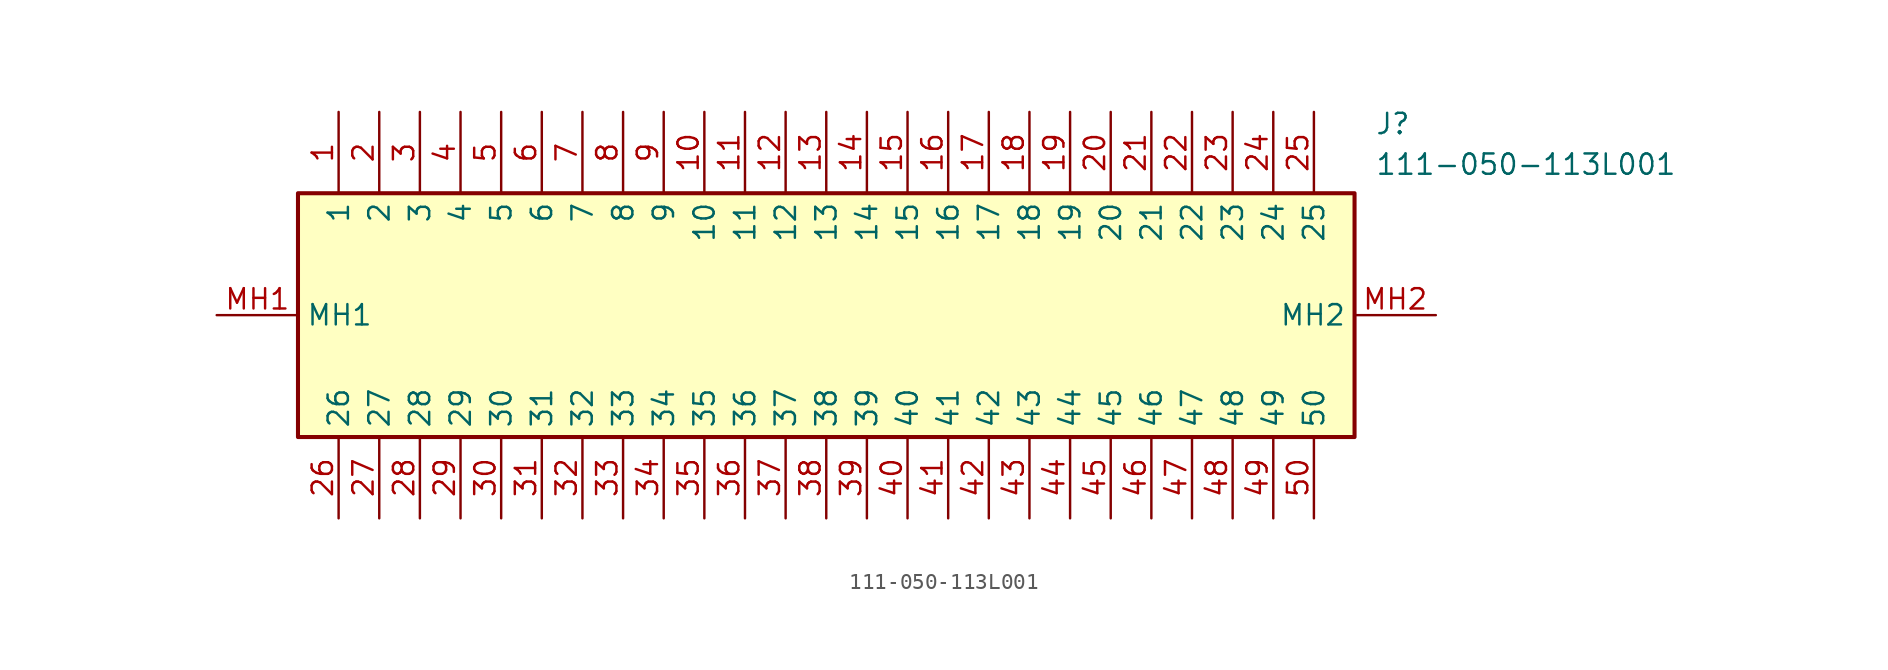
<source format=kicad_sym>
(kicad_symbol_lib
  (version 20211014)
  (generator SamacSys_ECAD_Model)
  (symbol "111-050-113L001"
    (property "Reference" "J"
      (at 72.39 12.7 0)
      (effects (font (size 1.27 1.27)) (justify left top)))
    (property "Value" "111-050-113L001"
      (at 72.39 10.16 0)
      (effects (font (size 1.27 1.27)) (justify left top)))
    (rectangle
      (start 5.08 7.62)
      (end 71.12 -7.62)
      (stroke (width 0.254) (type default))
      (fill (type background)))
    (pin passive line
      (at 7.62 12.7 270)
      (length 5.08)
      (name "1" (effects (font (size 1.27 1.27))))
      (number "1" (effects (font (size 1.27 1.27)))))
    (pin passive line
      (at 10.16 12.7 270)
      (length 5.08)
      (name "2" (effects (font (size 1.27 1.27))))
      (number "2" (effects (font (size 1.27 1.27)))))
    (pin passive line
      (at 12.7 12.7 270)
      (length 5.08)
      (name "3" (effects (font (size 1.27 1.27))))
      (number "3" (effects (font (size 1.27 1.27)))))
    (pin passive line
      (at 15.24 12.7 270)
      (length 5.08)
      (name "4" (effects (font (size 1.27 1.27))))
      (number "4" (effects (font (size 1.27 1.27)))))
    (pin passive line
      (at 17.78 12.7 270)
      (length 5.08)
      (name "5" (effects (font (size 1.27 1.27))))
      (number "5" (effects (font (size 1.27 1.27)))))
    (pin passive line
      (at 20.32 12.7 270)
      (length 5.08)
      (name "6" (effects (font (size 1.27 1.27))))
      (number "6" (effects (font (size 1.27 1.27)))))
    (pin passive line
      (at 22.86 12.7 270)
      (length 5.08)
      (name "7" (effects (font (size 1.27 1.27))))
      (number "7" (effects (font (size 1.27 1.27)))))
    (pin passive line
      (at 25.4 12.7 270)
      (length 5.08)
      (name "8" (effects (font (size 1.27 1.27))))
      (number "8" (effects (font (size 1.27 1.27)))))
    (pin passive line
      (at 27.94 12.7 270)
      (length 5.08)
      (name "9" (effects (font (size 1.27 1.27))))
      (number "9" (effects (font (size 1.27 1.27)))))
    (pin passive line
      (at 30.48 12.7 270)
      (length 5.08)
      (name "10" (effects (font (size 1.27 1.27))))
      (number "10" (effects (font (size 1.27 1.27)))))
    (pin passive line
      (at 33.02 12.7 270)
      (length 5.08)
      (name "11" (effects (font (size 1.27 1.27))))
      (number "11" (effects (font (size 1.27 1.27)))))
    (pin passive line
      (at 35.56 12.7 270)
      (length 5.08)
      (name "12" (effects (font (size 1.27 1.27))))
      (number "12" (effects (font (size 1.27 1.27)))))
    (pin passive line
      (at 38.1 12.7 270)
      (length 5.08)
      (name "13" (effects (font (size 1.27 1.27))))
      (number "13" (effects (font (size 1.27 1.27)))))
    (pin passive line
      (at 40.64 12.7 270)
      (length 5.08)
      (name "14" (effects (font (size 1.27 1.27))))
      (number "14" (effects (font (size 1.27 1.27)))))
    (pin passive line
      (at 43.18 12.7 270)
      (length 5.08)
      (name "15" (effects (font (size 1.27 1.27))))
      (number "15" (effects (font (size 1.27 1.27)))))
    (pin passive line
      (at 45.72 12.7 270)
      (length 5.08)
      (name "16" (effects (font (size 1.27 1.27))))
      (number "16" (effects (font (size 1.27 1.27)))))
    (pin passive line
      (at 48.26 12.7 270)
      (length 5.08)
      (name "17" (effects (font (size 1.27 1.27))))
      (number "17" (effects (font (size 1.27 1.27)))))
    (pin passive line
      (at 50.8 12.7 270)
      (length 5.08)
      (name "18" (effects (font (size 1.27 1.27))))
      (number "18" (effects (font (size 1.27 1.27)))))
    (pin passive line
      (at 53.34 12.7 270)
      (length 5.08)
      (name "19" (effects (font (size 1.27 1.27))))
      (number "19" (effects (font (size 1.27 1.27)))))
    (pin passive line
      (at 55.88 12.7 270)
      (length 5.08)
      (name "20" (effects (font (size 1.27 1.27))))
      (number "20" (effects (font (size 1.27 1.27)))))
    (pin passive line
      (at 58.42 12.7 270)
      (length 5.08)
      (name "21" (effects (font (size 1.27 1.27))))
      (number "21" (effects (font (size 1.27 1.27)))))
    (pin passive line
      (at 60.96 12.7 270)
      (length 5.08)
      (name "22" (effects (font (size 1.27 1.27))))
      (number "22" (effects (font (size 1.27 1.27)))))
    (pin passive line
      (at 63.5 12.7 270)
      (length 5.08)
      (name "23" (effects (font (size 1.27 1.27))))
      (number "23" (effects (font (size 1.27 1.27)))))
    (pin passive line
      (at 66.04 12.7 270)
      (length 5.08)
      (name "24" (effects (font (size 1.27 1.27))))
      (number "24" (effects (font (size 1.27 1.27)))))
    (pin passive line
      (at 68.58 12.7 270)
      (length 5.08)
      (name "25" (effects (font (size 1.27 1.27))))
      (number "25" (effects (font (size 1.27 1.27)))))
    (pin passive line
      (at 7.62 -12.7 90)
      (length 5.08)
      (name "26" (effects (font (size 1.27 1.27))))
      (number "26" (effects (font (size 1.27 1.27)))))
    (pin passive line
      (at 10.16 -12.7 90)
      (length 5.08)
      (name "27" (effects (font (size 1.27 1.27))))
      (number "27" (effects (font (size 1.27 1.27)))))
    (pin passive line
      (at 12.7 -12.7 90)
      (length 5.08)
      (name "28" (effects (font (size 1.27 1.27))))
      (number "28" (effects (font (size 1.27 1.27)))))
    (pin passive line
      (at 15.24 -12.7 90)
      (length 5.08)
      (name "29" (effects (font (size 1.27 1.27))))
      (number "29" (effects (font (size 1.27 1.27)))))
    (pin passive line
      (at 17.78 -12.7 90)
      (length 5.08)
      (name "30" (effects (font (size 1.27 1.27))))
      (number "30" (effects (font (size 1.27 1.27)))))
    (pin passive line
      (at 20.32 -12.7 90)
      (length 5.08)
      (name "31" (effects (font (size 1.27 1.27))))
      (number "31" (effects (font (size 1.27 1.27)))))
    (pin passive line
      (at 22.86 -12.7 90)
      (length 5.08)
      (name "32" (effects (font (size 1.27 1.27))))
      (number "32" (effects (font (size 1.27 1.27)))))
    (pin passive line
      (at 25.4 -12.7 90)
      (length 5.08)
      (name "33" (effects (font (size 1.27 1.27))))
      (number "33" (effects (font (size 1.27 1.27)))))
    (pin passive line
      (at 27.94 -12.7 90)
      (length 5.08)
      (name "34" (effects (font (size 1.27 1.27))))
      (number "34" (effects (font (size 1.27 1.27)))))
    (pin passive line
      (at 30.48 -12.7 90)
      (length 5.08)
      (name "35" (effects (font (size 1.27 1.27))))
      (number "35" (effects (font (size 1.27 1.27)))))
    (pin passive line
      (at 33.02 -12.7 90)
      (length 5.08)
      (name "36" (effects (font (size 1.27 1.27))))
      (number "36" (effects (font (size 1.27 1.27)))))
    (pin passive line
      (at 35.56 -12.7 90)
      (length 5.08)
      (name "37" (effects (font (size 1.27 1.27))))
      (number "37" (effects (font (size 1.27 1.27)))))
    (pin passive line
      (at 38.1 -12.7 90)
      (length 5.08)
      (name "38" (effects (font (size 1.27 1.27))))
      (number "38" (effects (font (size 1.27 1.27)))))
    (pin passive line
      (at 40.64 -12.7 90)
      (length 5.08)
      (name "39" (effects (font (size 1.27 1.27))))
      (number "39" (effects (font (size 1.27 1.27)))))
    (pin passive line
      (at 43.18 -12.7 90)
      (length 5.08)
      (name "40" (effects (font (size 1.27 1.27))))
      (number "40" (effects (font (size 1.27 1.27)))))
    (pin passive line
      (at 45.72 -12.7 90)
      (length 5.08)
      (name "41" (effects (font (size 1.27 1.27))))
      (number "41" (effects (font (size 1.27 1.27)))))
    (pin passive line
      (at 48.26 -12.7 90)
      (length 5.08)
      (name "42" (effects (font (size 1.27 1.27))))
      (number "42" (effects (font (size 1.27 1.27)))))
    (pin passive line
      (at 50.8 -12.7 90)
      (length 5.08)
      (name "43" (effects (font (size 1.27 1.27))))
      (number "43" (effects (font (size 1.27 1.27)))))
    (pin passive line
      (at 53.34 -12.7 90)
      (length 5.08)
      (name "44" (effects (font (size 1.27 1.27))))
      (number "44" (effects (font (size 1.27 1.27)))))
    (pin passive line
      (at 55.88 -12.7 90)
      (length 5.08)
      (name "45" (effects (font (size 1.27 1.27))))
      (number "45" (effects (font (size 1.27 1.27)))))
    (pin passive line
      (at 58.42 -12.7 90)
      (length 5.08)
      (name "46" (effects (font (size 1.27 1.27))))
      (number "46" (effects (font (size 1.27 1.27)))))
    (pin passive line
      (at 60.96 -12.7 90)
      (length 5.08)
      (name "47" (effects (font (size 1.27 1.27))))
      (number "47" (effects (font (size 1.27 1.27)))))
    (pin passive line
      (at 63.5 -12.7 90)
      (length 5.08)
      (name "48" (effects (font (size 1.27 1.27))))
      (number "48" (effects (font (size 1.27 1.27)))))
    (pin passive line
      (at 66.04 -12.7 90)
      (length 5.08)
      (name "49" (effects (font (size 1.27 1.27))))
      (number "49" (effects (font (size 1.27 1.27)))))
    (pin passive line
      (at 68.58 -12.7 90)
      (length 5.08)
      (name "50" (effects (font (size 1.27 1.27))))
      (number "50" (effects (font (size 1.27 1.27)))))
    (pin passive line
      (at 0 0 0)
      (length 5.08)
      (name "MH1" (effects (font (size 1.27 1.27))))
      (number "MH1" (effects (font (size 1.27 1.27)))))
    (pin passive line
      (at 76.2 0 180)
      (length 5.08)
      (name "MH2" (effects (font (size 1.27 1.27))))
      (number "MH2" (effects (font (size 1.27 1.27)))))))
</source>
